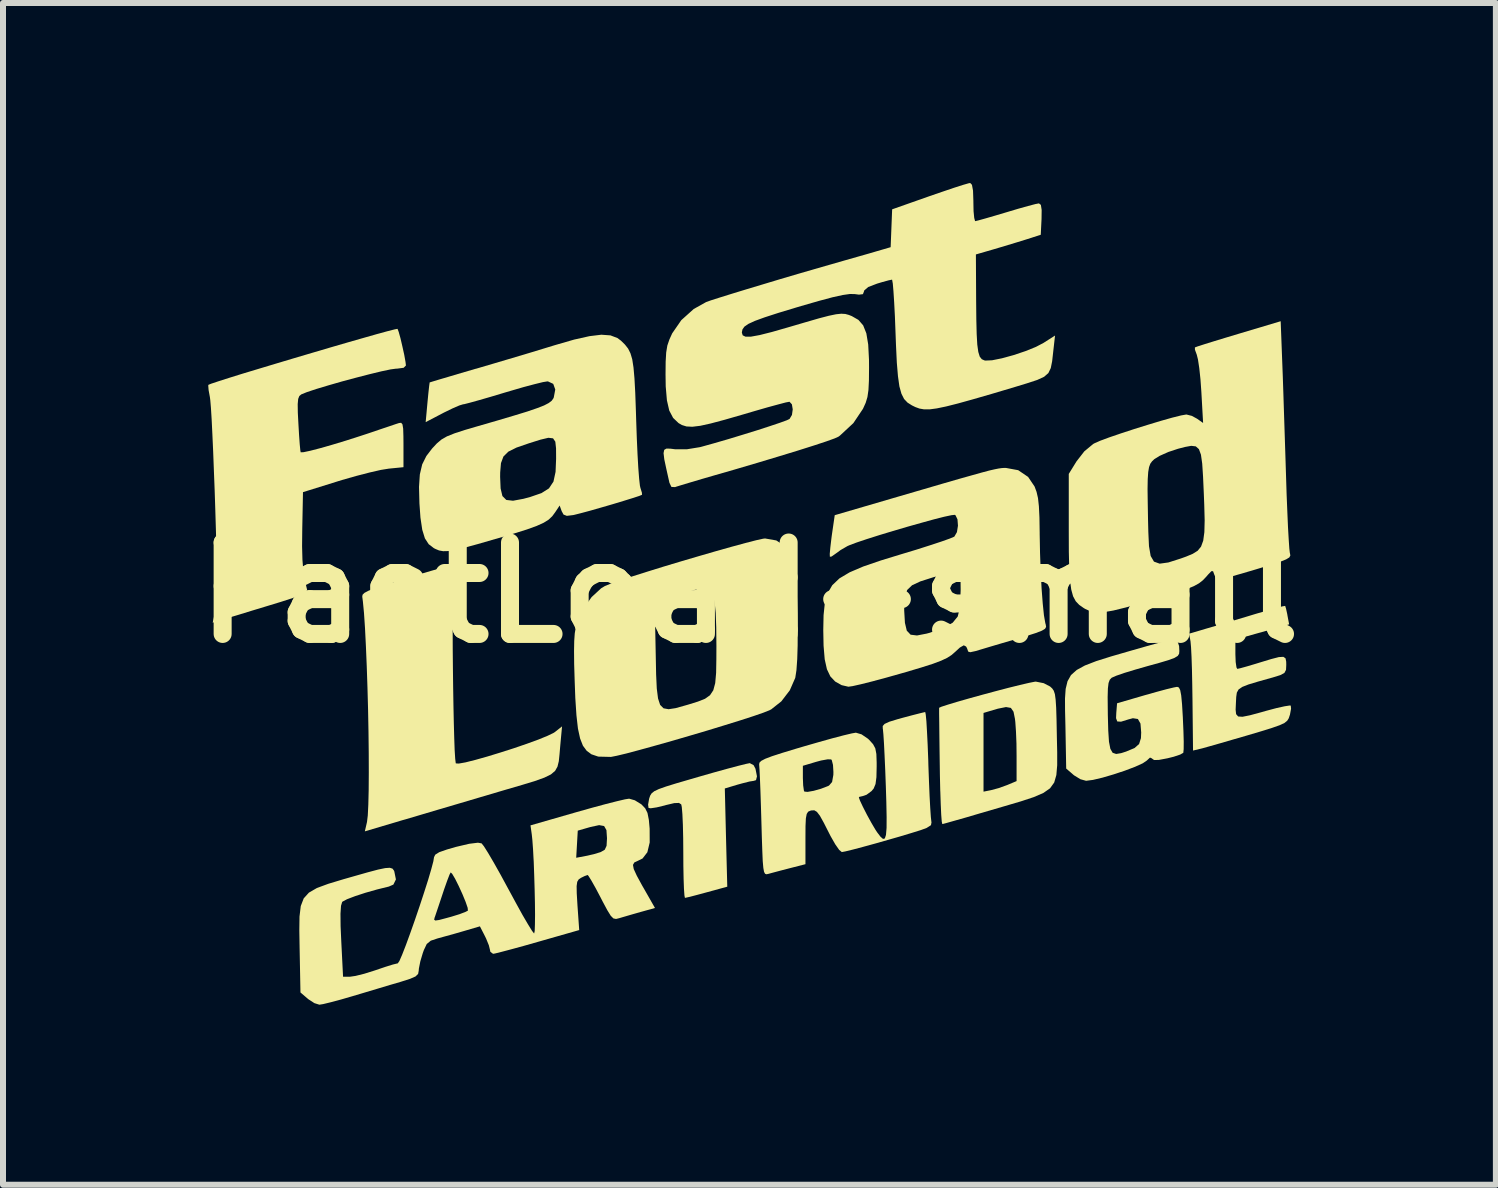
<source format=kicad_pcb>
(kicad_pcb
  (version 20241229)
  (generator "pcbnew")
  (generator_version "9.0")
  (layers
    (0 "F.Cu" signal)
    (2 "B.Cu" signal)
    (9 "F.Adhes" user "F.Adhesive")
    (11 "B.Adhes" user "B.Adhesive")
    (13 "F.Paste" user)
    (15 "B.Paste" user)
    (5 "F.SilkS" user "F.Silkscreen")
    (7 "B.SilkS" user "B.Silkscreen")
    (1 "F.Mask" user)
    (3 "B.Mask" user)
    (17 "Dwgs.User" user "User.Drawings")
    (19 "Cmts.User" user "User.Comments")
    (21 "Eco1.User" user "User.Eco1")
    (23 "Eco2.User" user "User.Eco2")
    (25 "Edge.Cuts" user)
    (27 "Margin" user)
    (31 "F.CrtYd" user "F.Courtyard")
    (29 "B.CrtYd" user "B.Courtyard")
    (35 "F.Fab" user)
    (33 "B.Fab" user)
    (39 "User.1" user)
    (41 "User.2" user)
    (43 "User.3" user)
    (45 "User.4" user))
  (footprint "FastLoad-small"
    (layer "F.Cu")
    (at 9.442 6.827)
    (property "Reference" "FastLoad-small" (at 0 0 0) (layer "F.SilkS") (effects (font (size 1.524 1.524) (thickness 0.3))))
    (attr board_only exclude_from_pos_files exclude_from_bom)
    (fp_poly (pts (xy 0.069 2.877) (xy 0.1 2.936) (xy 0.125 3.063) (xy 0.109 3.126) (xy 0.071 3.138) (xy 0.001 3.149) (xy -0.118 3.179) (xy -0.198 3.201) (xy -0.411 3.265) (xy -0.391 4.084) (xy -0.37 4.902) (xy -0.71 4.995) (xy -0.869 5.038) (xy -0.995 5.071) (xy -1.067 5.087) (xy -1.076 5.088) (xy -1.084 5.048) (xy -1.092 4.937) (xy -1.098 4.767) (xy -1.102 4.554) (xy -1.103 4.336) (xy -1.105 4.089) (xy -1.11 3.87) (xy -1.118 3.694) (xy -1.128 3.576) (xy -1.137 3.531) (xy -1.175 3.506) (xy -1.254 3.509) (xy -1.39 3.541) (xy -1.413 3.548) (xy -1.546 3.58) (xy -1.645 3.595) (xy -1.682 3.59) (xy -1.69 3.535) (xy -1.673 3.438) (xy -1.671 3.431) (xy -1.655 3.384) (xy -1.631 3.346) (xy -1.587 3.311) (xy -1.511 3.275) (xy -1.393 3.233) (xy -1.222 3.18) (xy -0.985 3.111) (xy -0.848 3.071) (xy -0.6 3) (xy -0.376 2.938) (xy -0.192 2.889) (xy -0.06 2.856) (xy 0.004 2.843) (xy 0.006 2.843)) (stroke (width 0) (type solid)) (fill yes) (layer "F.SilkS"))
    (fp_poly (pts (xy 4.904 1.51) (xy 5.01 1.565) (xy 5.046 1.598) (xy 5.072 1.636) (xy 5.091 1.694) (xy 5.103 1.785) (xy 5.112 1.921) (xy 5.118 2.115) (xy 5.123 2.381) (xy 5.123 2.387) (xy 5.129 2.662) (xy 5.129 2.877) (xy 5.115 3.041) (xy 5.079 3.166) (xy 5.01 3.262) (xy 4.9 3.339) (xy 4.741 3.408) (xy 4.523 3.48) (xy 4.238 3.564) (xy 4.091 3.607) (xy 3.837 3.681) (xy 3.61 3.748) (xy 3.423 3.801) (xy 3.289 3.839) (xy 3.22 3.857) (xy 3.214 3.858) (xy 3.205 3.818) (xy 3.196 3.705) (xy 3.188 3.531) (xy 3.181 3.318) (xy 3.901 3.318) (xy 4.026 3.293) (xy 4.153 3.259) (xy 4.292 3.209) (xy 4.302 3.205) (xy 4.452 3.142) (xy 4.452 2.722) (xy 4.45 2.515) (xy 4.442 2.316) (xy 4.431 2.157) (xy 4.425 2.105) (xy 4.401 1.986) (xy 4.357 1.922) (xy 4.276 1.908) (xy 4.141 1.935) (xy 4.065 1.957) (xy 3.901 2.006) (xy 3.901 3.318) (xy 3.181 3.318) (xy 3.18 3.307) (xy 3.174 3.047) (xy 3.172 2.894) (xy 3.168 2.618) (xy 3.165 2.371) (xy 3.163 2.167) (xy 3.161 2.017) (xy 3.161 1.934) (xy 3.161 1.92) (xy 3.201 1.902) (xy 3.309 1.867) (xy 3.468 1.819) (xy 3.664 1.763) (xy 3.881 1.703) (xy 4.104 1.643) (xy 4.318 1.587) (xy 4.508 1.54) (xy 4.658 1.505) (xy 4.753 1.486) (xy 4.773 1.484)) (stroke (width 0) (type solid)) (fill yes) (layer "F.SilkS"))
    (fp_poly (pts (xy -4.905 -0.443) (xy -4.913 -0.366) (xy -4.928 -0.307) (xy -4.935 -0.237) (xy -4.941 -0.095) (xy -4.945 0.105) (xy -4.947 0.353) (xy -4.947 0.636) (xy -4.946 0.943) (xy -4.943 1.261) (xy -4.939 1.58) (xy -4.934 1.888) (xy -4.928 2.172) (xy -4.921 2.421) (xy -4.914 2.624) (xy -4.905 2.768) (xy -4.896 2.841) (xy -4.894 2.847) (xy -4.846 2.85) (xy -4.733 2.83) (xy -4.57 2.789) (xy -4.371 2.733) (xy -4.152 2.666) (xy -3.927 2.594) (xy -3.711 2.52) (xy -3.519 2.45) (xy -3.365 2.387) (xy -3.264 2.338) (xy -3.244 2.325) (xy -3.124 2.23) (xy -3.153 2.543) (xy -3.166 2.694) (xy -3.178 2.811) (xy -3.2 2.901) (xy -3.24 2.972) (xy -3.31 3.031) (xy -3.418 3.084) (xy -3.574 3.14) (xy -3.787 3.205) (xy -4.068 3.287) (xy -4.19 3.323) (xy -4.511 3.418) (xy -4.849 3.518) (xy -5.182 3.616) (xy -5.485 3.706) (xy -5.735 3.78) (xy -5.782 3.793) (xy -6.411 3.98) (xy -6.375 3.824) (xy -6.362 3.716) (xy -6.353 3.536) (xy -6.347 3.294) (xy -6.345 3.004) (xy -6.346 2.676) (xy -6.35 2.323) (xy -6.357 1.957) (xy -6.367 1.589) (xy -6.379 1.232) (xy -6.393 0.897) (xy -6.408 0.596) (xy -6.425 0.341) (xy -6.444 0.144) (xy -6.454 0.068) (xy -6.449 0.036) (xy -6.418 0.005) (xy -6.35 -0.031) (xy -6.235 -0.076) (xy -6.062 -0.134) (xy -5.821 -0.208) (xy -5.725 -0.238) (xy -5.485 -0.31) (xy -5.272 -0.372) (xy -5.1 -0.422) (xy -4.982 -0.454) (xy -4.933 -0.465)) (stroke (width 0) (type solid)) (fill yes) (layer "F.SilkS"))
    (fp_poly (pts (xy 8.929 0.222) (xy 8.943 0.267) (xy 8.964 0.362) (xy 8.967 0.382) (xy 8.995 0.53) (xy 8.547 0.656) (xy 8.099 0.782) (xy 8.099 1.027) (xy 8.104 1.158) (xy 8.117 1.247) (xy 8.131 1.272) (xy 8.184 1.26) (xy 8.296 1.229) (xy 8.447 1.184) (xy 8.502 1.167) (xy 8.696 1.108) (xy 8.824 1.075) (xy 8.899 1.071) (xy 8.935 1.096) (xy 8.946 1.152) (xy 8.947 1.206) (xy 8.943 1.288) (xy 8.916 1.339) (xy 8.847 1.376) (xy 8.718 1.416) (xy 8.703 1.42) (xy 8.475 1.484) (xy 8.316 1.532) (xy 8.212 1.573) (xy 8.152 1.615) (xy 8.123 1.668) (xy 8.113 1.74) (xy 8.108 1.837) (xy 8.103 1.952) (xy 8.111 2.026) (xy 8.145 2.065) (xy 8.217 2.07) (xy 8.342 2.045) (xy 8.531 1.994) (xy 8.615 1.97) (xy 8.784 1.925) (xy 8.92 1.895) (xy 9.005 1.882) (xy 9.022 1.884) (xy 9.027 1.936) (xy 9.009 2.033) (xy 9.005 2.045) (xy 8.988 2.096) (xy 8.962 2.137) (xy 8.916 2.174) (xy 8.836 2.211) (xy 8.711 2.255) (xy 8.528 2.312) (xy 8.289 2.383) (xy 8.054 2.451) (xy 7.841 2.513) (xy 7.665 2.563) (xy 7.544 2.597) (xy 7.502 2.607) (xy 7.393 2.633) (xy 7.384 1.793) (xy 7.38 1.526) (xy 7.375 1.279) (xy 7.368 1.07) (xy 7.36 0.912) (xy 7.352 0.823) (xy 7.352 0.819) (xy 7.328 0.685) (xy 7.639 0.593) (xy 7.813 0.542) (xy 8.035 0.476) (xy 8.273 0.405) (xy 8.434 0.356) (xy 8.623 0.301) (xy 8.779 0.257) (xy 8.886 0.229) (xy 8.929 0.222)) (stroke (width 0) (type solid)) (fill yes) (layer "F.SilkS"))
    (fp_poly (pts (xy 7.14 0.827) (xy 7.161 0.892) (xy 7.165 0.975) (xy 7.161 1.02) (xy 7.138 1.056) (xy 7.083 1.089) (xy 6.983 1.126) (xy 6.825 1.173) (xy 6.636 1.225) (xy 6.43 1.284) (xy 6.249 1.339) (xy 6.113 1.386) (xy 6.038 1.419) (xy 6.034 1.422) (xy 6.005 1.453) (xy 5.985 1.507) (xy 5.974 1.598) (xy 5.97 1.739) (xy 5.972 1.946) (xy 5.973 2.041) (xy 5.98 2.3) (xy 5.992 2.485) (xy 6.015 2.604) (xy 6.053 2.67) (xy 6.112 2.69) (xy 6.196 2.676) (xy 6.277 2.65) (xy 6.418 2.591) (xy 6.494 2.524) (xy 6.525 2.426) (xy 6.529 2.332) (xy 6.517 2.183) (xy 6.474 2.107) (xy 6.391 2.094) (xy 6.316 2.114) (xy 6.193 2.152) (xy 6.13 2.148) (xy 6.11 2.093) (xy 6.114 2.004) (xy 6.127 1.845) (xy 6.594 1.709) (xy 6.786 1.655) (xy 6.953 1.61) (xy 7.074 1.581) (xy 7.128 1.571) (xy 7.157 1.582) (xy 7.179 1.625) (xy 7.196 1.714) (xy 7.21 1.861) (xy 7.223 2.078) (xy 7.224 2.102) (xy 7.233 2.307) (xy 7.238 2.482) (xy 7.237 2.609) (xy 7.231 2.67) (xy 7.23 2.671) (xy 7.179 2.7) (xy 7.071 2.736) (xy 6.967 2.762) (xy 6.824 2.789) (xy 6.744 2.791) (xy 6.711 2.768) (xy 6.71 2.765) (xy 6.676 2.75) (xy 6.622 2.8) (xy 6.554 2.846) (xy 6.426 2.904) (xy 6.257 2.968) (xy 6.07 3.03) (xy 5.886 3.084) (xy 5.726 3.122) (xy 5.612 3.137) (xy 5.61 3.137) (xy 5.516 3.111) (xy 5.41 3.046) (xy 5.398 3.036) (xy 5.279 2.933) (xy 5.266 2.215) (xy 5.26 1.967) (xy 5.259 1.766) (xy 5.27 1.606) (xy 5.301 1.478) (xy 5.359 1.375) (xy 5.454 1.29) (xy 5.591 1.215) (xy 5.78 1.142) (xy 6.028 1.064) (xy 6.342 0.973) (xy 6.632 0.89) (xy 6.848 0.83) (xy 6.997 0.798) (xy 7.09 0.797)) (stroke (width 0) (type solid)) (fill yes) (layer "F.SilkS"))
    (fp_poly (pts (xy 0.447 -0.869) (xy 0.609 -0.763) (xy 0.721 -0.611) (xy 0.744 -0.523) (xy 0.764 -0.366) (xy 0.781 -0.157) (xy 0.793 0.088) (xy 0.801 0.354) (xy 0.804 0.623) (xy 0.803 0.88) (xy 0.796 1.109) (xy 0.783 1.293) (xy 0.764 1.416) (xy 0.762 1.424) (xy 0.672 1.629) (xy 0.531 1.813) (xy 0.363 1.946) (xy 0.33 1.963) (xy 0.231 2.002) (xy 0.066 2.059) (xy -0.153 2.13) (xy -0.411 2.21) (xy -0.695 2.297) (xy -0.993 2.385) (xy -1.291 2.472) (xy -1.575 2.552) (xy -1.832 2.623) (xy -2.049 2.681) (xy -2.212 2.72) (xy -2.308 2.739) (xy -2.311 2.739) (xy -2.52 2.734) (xy -2.635 2.695) (xy -2.714 2.636) (xy -2.776 2.552) (xy -2.823 2.432) (xy -2.859 2.267) (xy -2.884 2.046) (xy -2.903 1.758) (xy -2.913 1.486) (xy -2.922 1.194) (xy -2.924 0.972) (xy -2.921 0.805) (xy -2.912 0.679) (xy -2.895 0.578) (xy -2.87 0.489) (xy -2.868 0.485) (xy -2.784 0.301) (xy -1.577 0.301) (xy -1.562 1.056) (xy -1.556 1.366) (xy -1.545 1.599) (xy -1.524 1.765) (xy -1.489 1.872) (xy -1.432 1.929) (xy -1.348 1.944) (xy -1.231 1.926) (xy -1.077 1.883) (xy -1.021 1.867) (xy -0.86 1.817) (xy -0.741 1.77) (xy -0.658 1.711) (xy -0.603 1.628) (xy -0.571 1.509) (xy -0.556 1.339) (xy -0.552 1.107) (xy -0.551 0.892) (xy -0.554 0.578) (xy -0.563 0.339) (xy -0.58 0.165) (xy -0.606 0.046) (xy -0.643 -0.028) (xy -0.692 -0.067) (xy -0.698 -0.069) (xy -0.784 -0.071) (xy -0.921 -0.043) (xy -1.083 0.006) (xy -1.245 0.068) (xy -1.384 0.134) (xy -1.472 0.196) (xy -1.577 0.301) (xy -2.784 0.301) (xy -2.769 0.269) (xy -2.631 0.075) (xy -2.473 -0.071) (xy -2.41 -0.109) (xy -2.323 -0.145) (xy -2.169 -0.199) (xy -1.962 -0.267) (xy -1.712 -0.346) (xy -1.435 -0.432) (xy -1.142 -0.52) (xy -0.846 -0.607) (xy -0.56 -0.69) (xy -0.297 -0.764) (xy -0.069 -0.826) (xy 0.11 -0.872) (xy 0.227 -0.898) (xy 0.26 -0.902)) (stroke (width 0) (type solid)) (fill yes) (layer "F.SilkS"))
    (fp_poly (pts (xy -5.866 -4.396) (xy -5.847 -4.346) (xy -5.817 -4.239) (xy -5.785 -4.102) (xy -5.754 -3.962) (xy -5.733 -3.844) (xy -5.726 -3.785) (xy -5.764 -3.747) (xy -5.876 -3.732) (xy -5.893 -3.732) (xy -5.982 -3.72) (xy -6.134 -3.688) (xy -6.332 -3.64) (xy -6.557 -3.582) (xy -6.792 -3.519) (xy -7.018 -3.454) (xy -7.218 -3.394) (xy -7.375 -3.342) (xy -7.469 -3.304) (xy -7.471 -3.303) (xy -7.503 -3.276) (xy -7.522 -3.228) (xy -7.53 -3.141) (xy -7.528 -3) (xy -7.518 -2.809) (xy -7.507 -2.622) (xy -7.496 -2.469) (xy -7.486 -2.368) (xy -7.48 -2.338) (xy -7.433 -2.34) (xy -7.32 -2.364) (xy -7.154 -2.407) (xy -6.951 -2.465) (xy -6.723 -2.534) (xy -6.486 -2.61) (xy -6.361 -2.651) (xy -6.173 -2.715) (xy -6.009 -2.77) (xy -5.891 -2.81) (xy -5.841 -2.826) (xy -5.806 -2.83) (xy -5.784 -2.804) (xy -5.772 -2.732) (xy -5.768 -2.601) (xy -5.767 -2.47) (xy -5.767 -2.09) (xy -6.011 -2.066) (xy -6.142 -2.045) (xy -6.33 -2.002) (xy -6.554 -1.944) (xy -6.789 -1.877) (xy -6.848 -1.859) (xy -7.442 -1.674) (xy -7.454 -1.06) (xy -7.457 -0.772) (xy -7.451 -0.546) (xy -7.436 -0.361) (xy -7.409 -0.196) (xy -7.373 -0.045) (xy -7.39 -0.009) (xy -7.464 0.034) (xy -7.604 0.088) (xy -7.817 0.157) (xy -7.824 0.159) (xy -8.054 0.229) (xy -8.295 0.302) (xy -8.512 0.369) (xy -8.619 0.401) (xy -8.947 0.502) (xy -8.922 0.389) (xy -8.897 0.281) (xy -8.879 0.216) (xy -8.874 0.154) (xy -8.872 0.018) (xy -8.874 -0.179) (xy -8.878 -0.428) (xy -8.885 -0.716) (xy -8.893 -1.031) (xy -8.903 -1.364) (xy -8.914 -1.702) (xy -8.927 -2.034) (xy -8.939 -2.349) (xy -8.952 -2.635) (xy -8.964 -2.881) (xy -8.976 -3.076) (xy -8.987 -3.208) (xy -8.994 -3.26) (xy -9.015 -3.375) (xy -9.021 -3.45) (xy -9.018 -3.463) (xy -8.971 -3.482) (xy -8.854 -3.521) (xy -8.679 -3.577) (xy -8.455 -3.647) (xy -8.193 -3.726) (xy -7.904 -3.813) (xy -7.6 -3.904) (xy -7.289 -3.996) (xy -6.984 -4.086) (xy -6.695 -4.17) (xy -6.433 -4.245) (xy -6.208 -4.309) (xy -6.032 -4.357) (xy -5.914 -4.387) (xy -5.867 -4.396)) (stroke (width 0) (type solid)) (fill yes) (layer "F.SilkS"))
    (fp_poly (pts (xy 8.88 -3.841) (xy 8.889 -3.608) (xy 8.899 -3.311) (xy 8.91 -2.969) (xy 8.922 -2.604) (xy 8.934 -2.235) (xy 8.943 -1.951) (xy 8.953 -1.635) (xy 8.965 -1.344) (xy 8.976 -1.089) (xy 8.988 -0.882) (xy 8.998 -0.735) (xy 9.007 -0.659) (xy 9.009 -0.654) (xy 9.015 -0.618) (xy 8.998 -0.586) (xy 8.946 -0.554) (xy 8.849 -0.515) (xy 8.695 -0.464) (xy 8.471 -0.396) (xy 8.448 -0.389) (xy 8.235 -0.326) (xy 8.05 -0.273) (xy 7.909 -0.234) (xy 7.827 -0.214) (xy 7.814 -0.212) (xy 7.77 -0.248) (xy 7.746 -0.303) (xy 7.727 -0.356) (xy 7.699 -0.357) (xy 7.643 -0.299) (xy 7.613 -0.264) (xy 7.558 -0.206) (xy 7.493 -0.155) (xy 7.406 -0.107) (xy 7.284 -0.057) (xy 7.117 0.001) (xy 6.892 0.07) (xy 6.599 0.156) (xy 6.556 0.169) (xy 6.277 0.247) (xy 6.065 0.299) (xy 5.905 0.327) (xy 5.783 0.331) (xy 5.686 0.313) (xy 5.599 0.274) (xy 5.573 0.259) (xy 5.497 0.206) (xy 5.438 0.144) (xy 5.394 0.062) (xy 5.363 -0.051) (xy 5.342 -0.206) (xy 5.329 -0.413) (xy 5.323 -0.682) (xy 5.322 -1.026) (xy 5.322 -1.042) (xy 5.322 -1.725) (xy 6.635 -1.725) (xy 6.638 -1.502) (xy 6.643 -1.21) (xy 6.648 -1.01) (xy 6.659 -0.773) (xy 6.687 -0.61) (xy 6.742 -0.516) (xy 6.837 -0.482) (xy 6.982 -0.502) (xy 7.189 -0.568) (xy 7.278 -0.6) (xy 7.388 -0.646) (xy 7.47 -0.697) (xy 7.527 -0.767) (xy 7.563 -0.866) (xy 7.582 -1.008) (xy 7.587 -1.204) (xy 7.58 -1.466) (xy 7.573 -1.646) (xy 7.56 -1.935) (xy 7.546 -2.15) (xy 7.525 -2.299) (xy 7.491 -2.391) (xy 7.439 -2.437) (xy 7.363 -2.446) (xy 7.259 -2.427) (xy 7.143 -2.397) (xy 6.98 -2.343) (xy 6.835 -2.278) (xy 6.748 -2.224) (xy 6.71 -2.188) (xy 6.681 -2.148) (xy 6.66 -2.091) (xy 6.646 -2.009) (xy 6.638 -1.891) (xy 6.635 -1.725) (xy 5.322 -1.725) (xy 5.322 -1.978) (xy 5.451 -2.187) (xy 5.581 -2.354) (xy 5.729 -2.477) (xy 5.747 -2.487) (xy 5.841 -2.529) (xy 5.994 -2.586) (xy 6.19 -2.653) (xy 6.41 -2.725) (xy 6.638 -2.796) (xy 6.856 -2.862) (xy 7.047 -2.916) (xy 7.195 -2.953) (xy 7.28 -2.968) (xy 7.284 -2.968) (xy 7.374 -2.945) (xy 7.46 -2.898) (xy 7.561 -2.827) (xy 7.532 -3.343) (xy 7.517 -3.554) (xy 7.497 -3.742) (xy 7.475 -3.887) (xy 7.455 -3.966) (xy 7.425 -4.048) (xy 7.424 -4.086) (xy 7.469 -4.103) (xy 7.581 -4.139) (xy 7.748 -4.191) (xy 7.955 -4.254) (xy 8.148 -4.312) (xy 8.854 -4.523)) (stroke (width 0) (type solid)) (fill yes) (layer "F.SilkS"))
    (fp_poly (pts (xy 4.479 -2.04) (xy 4.644 -1.928) (xy 4.752 -1.768) (xy 4.785 -1.679) (xy 4.809 -1.575) (xy 4.824 -1.439) (xy 4.833 -1.253) (xy 4.837 -1) (xy 4.837 -0.975) (xy 4.843 -0.659) (xy 4.854 -0.351) (xy 4.869 -0.066) (xy 4.888 0.182) (xy 4.908 0.378) (xy 4.931 0.509) (xy 4.938 0.533) (xy 4.944 0.571) (xy 4.927 0.603) (xy 4.874 0.635) (xy 4.773 0.674) (xy 4.613 0.725) (xy 4.424 0.781) (xy 4.211 0.843) (xy 4.018 0.9) (xy 3.865 0.946) (xy 3.771 0.974) (xy 3.763 0.976) (xy 3.68 0.994) (xy 3.646 0.984) (xy 3.625 0.925) (xy 3.61 0.899) (xy 3.572 0.879) (xy 3.507 0.916) (xy 3.431 0.986) (xy 3.369 1.04) (xy 3.295 1.088) (xy 3.195 1.135) (xy 3.057 1.187) (xy 2.866 1.248) (xy 2.611 1.324) (xy 2.523 1.349) (xy 2.275 1.419) (xy 2.048 1.48) (xy 1.857 1.528) (xy 1.719 1.559) (xy 1.649 1.569) (xy 1.536 1.543) (xy 1.428 1.482) (xy 1.348 1.397) (xy 1.291 1.278) (xy 1.254 1.112) (xy 1.235 0.886) (xy 1.23 0.624) (xy 1.235 0.377) (xy 1.251 0.222) (xy 2.579 0.222) (xy 2.579 0.299) (xy 2.591 0.504) (xy 2.622 0.635) (xy 2.686 0.702) (xy 2.792 0.715) (xy 2.952 0.684) (xy 2.989 0.674) (xy 3.228 0.594) (xy 3.387 0.502) (xy 3.471 0.399) (xy 3.494 0.306) (xy 3.511 0.158) (xy 3.519 -0.016) (xy 3.52 -0.047) (xy 3.518 -0.216) (xy 3.51 -0.316) (xy 3.492 -0.362) (xy 3.461 -0.369) (xy 3.445 -0.366) (xy 3.37 -0.344) (xy 3.24 -0.306) (xy 3.08 -0.26) (xy 3.053 -0.252) (xy 2.847 -0.186) (xy 2.71 -0.122) (xy 2.628 -0.043) (xy 2.589 0.066) (xy 2.579 0.222) (xy 1.251 0.222) (xy 1.256 0.176) (xy 1.302 0.012) (xy 1.38 -0.123) (xy 1.5 -0.237) (xy 1.67 -0.338) (xy 1.897 -0.435) (xy 2.192 -0.536) (xy 2.525 -0.638) (xy 2.78 -0.715) (xy 3.009 -0.788) (xy 3.2 -0.851) (xy 3.338 -0.9) (xy 3.411 -0.931) (xy 3.416 -0.935) (xy 3.458 -1.008) (xy 3.475 -1.115) (xy 3.467 -1.221) (xy 3.434 -1.289) (xy 3.422 -1.296) (xy 3.367 -1.29) (xy 3.245 -1.264) (xy 3.072 -1.22) (xy 2.862 -1.162) (xy 2.631 -1.097) (xy 2.393 -1.027) (xy 2.162 -0.957) (xy 1.954 -0.891) (xy 1.784 -0.834) (xy 1.665 -0.789) (xy 1.633 -0.775) (xy 1.519 -0.709) (xy 1.431 -0.645) (xy 1.368 -0.601) (xy 1.34 -0.597) (xy 1.338 -0.645) (xy 1.348 -0.754) (xy 1.366 -0.906) (xy 1.372 -0.952) (xy 1.421 -1.29) (xy 2.481 -1.6) (xy 2.889 -1.719) (xy 3.224 -1.817) (xy 3.494 -1.895) (xy 3.708 -1.955) (xy 3.872 -2.001) (xy 3.996 -2.034) (xy 4.087 -2.055) (xy 4.153 -2.068) (xy 4.204 -2.075) (xy 4.246 -2.078) (xy 4.273 -2.078)) (stroke (width 0) (type solid)) (fill yes) (layer "F.SilkS"))
    (fp_poly (pts (xy 2.938 2.033) (xy 2.949 2.146) (xy 2.959 2.319) (xy 2.97 2.539) (xy 2.98 2.794) (xy 2.982 2.879) (xy 2.992 3.148) (xy 3.002 3.39) (xy 3.013 3.592) (xy 3.023 3.74) (xy 3.032 3.82) (xy 3.034 3.829) (xy 3.025 3.877) (xy 2.951 3.924) (xy 2.855 3.959) (xy 2.704 4.006) (xy 2.515 4.063) (xy 2.306 4.123) (xy 2.092 4.184) (xy 1.891 4.239) (xy 1.721 4.284) (xy 1.598 4.314) (xy 1.539 4.325) (xy 1.496 4.29) (xy 1.43 4.196) (xy 1.353 4.061) (xy 1.331 4.018) (xy 1.239 3.837) (xy 1.174 3.72) (xy 1.124 3.655) (xy 1.081 3.629) (xy 1.033 3.631) (xy 1.016 3.635) (xy 0.978 3.652) (xy 0.954 3.69) (xy 0.94 3.764) (xy 0.934 3.891) (xy 0.933 4.086) (xy 0.933 4.092) (xy 0.933 4.527) (xy 0.668 4.595) (xy 0.514 4.635) (xy 0.383 4.67) (xy 0.313 4.689) (xy 0.283 4.695) (xy 0.26 4.687) (xy 0.243 4.655) (xy 0.231 4.589) (xy 0.221 4.477) (xy 0.214 4.31) (xy 0.206 4.078) (xy 0.199 3.83) (xy 0.191 3.561) (xy 0.183 3.317) (xy 0.175 3.112) (xy 0.174 3.09) (xy 0.89 3.09) (xy 0.895 3.214) (xy 0.907 3.299) (xy 0.915 3.317) (xy 0.968 3.322) (xy 1.07 3.304) (xy 1.191 3.27) (xy 1.301 3.228) (xy 1.325 3.217) (xy 1.377 3.157) (xy 1.398 3.039) (xy 1.399 2.99) (xy 1.392 2.872) (xy 1.372 2.794) (xy 1.362 2.781) (xy 1.304 2.779) (xy 1.193 2.799) (xy 1.108 2.822) (xy 0.89 2.887) (xy 0.89 3.09) (xy 0.174 3.09) (xy 0.168 2.96) (xy 0.162 2.876) (xy 0.161 2.867) (xy 0.166 2.835) (xy 0.196 2.805) (xy 0.263 2.77) (xy 0.376 2.727) (xy 0.546 2.672) (xy 0.783 2.6) (xy 0.912 2.562) (xy 1.159 2.491) (xy 1.384 2.428) (xy 1.571 2.379) (xy 1.706 2.347) (xy 1.774 2.335) (xy 1.868 2.363) (xy 1.975 2.436) (xy 1.996 2.456) (xy 2.06 2.527) (xy 2.097 2.596) (xy 2.115 2.69) (xy 2.12 2.835) (xy 2.12 2.901) (xy 2.116 3.077) (xy 2.101 3.191) (xy 2.07 3.266) (xy 2.035 3.308) (xy 1.951 3.37) (xy 1.887 3.392) (xy 1.83 3.405) (xy 1.823 3.415) (xy 1.843 3.47) (xy 1.892 3.574) (xy 1.959 3.705) (xy 2.032 3.838) (xy 2.098 3.95) (xy 2.129 3.997) (xy 2.184 4.069) (xy 2.226 4.106) (xy 2.256 4.098) (xy 2.275 4.04) (xy 2.285 3.923) (xy 2.286 3.742) (xy 2.281 3.489) (xy 2.273 3.233) (xy 2.263 2.964) (xy 2.252 2.719) (xy 2.242 2.514) (xy 2.232 2.362) (xy 2.224 2.277) (xy 2.222 2.268) (xy 2.221 2.224) (xy 2.252 2.189) (xy 2.33 2.153) (xy 2.47 2.11) (xy 2.553 2.087) (xy 2.715 2.044) (xy 2.844 2.011) (xy 2.919 1.993) (xy 2.93 1.992)) (stroke (width 0) (type solid)) (fill yes) (layer "F.SilkS"))
    (fp_poly (pts (xy -2.317 -4.287) (xy -2.201 -4.243) (xy -2.141 -4.198) (xy -2.075 -4.133) (xy -2.023 -4.067) (xy -1.984 -3.989) (xy -1.954 -3.888) (xy -1.933 -3.752) (xy -1.917 -3.571) (xy -1.904 -3.332) (xy -1.893 -3.025) (xy -1.888 -2.865) (xy -1.878 -2.575) (xy -1.866 -2.308) (xy -1.853 -2.078) (xy -1.839 -1.898) (xy -1.826 -1.781) (xy -1.818 -1.746) (xy -1.793 -1.665) (xy -1.791 -1.63) (xy -1.837 -1.611) (xy -1.947 -1.575) (xy -2.102 -1.527) (xy -2.284 -1.472) (xy -2.474 -1.417) (xy -2.655 -1.365) (xy -2.808 -1.324) (xy -2.915 -1.297) (xy -2.937 -1.292) (xy -3.044 -1.279) (xy -3.099 -1.3) (xy -3.13 -1.357) (xy -3.164 -1.451) (xy -3.237 -1.341) (xy -3.287 -1.273) (xy -3.347 -1.216) (xy -3.43 -1.164) (xy -3.547 -1.111) (xy -3.71 -1.052) (xy -3.93 -0.983) (xy -4.22 -0.897) (xy -4.237 -0.893) (xy -4.523 -0.81) (xy -4.74 -0.751) (xy -4.902 -0.712) (xy -5.019 -0.692) (xy -5.106 -0.69) (xy -5.174 -0.702) (xy -5.236 -0.728) (xy -5.261 -0.741) (xy -5.347 -0.807) (xy -5.41 -0.904) (xy -5.454 -1.047) (xy -5.484 -1.249) (xy -5.501 -1.486) (xy -5.508 -1.76) (xy -5.497 -1.931) (xy -4.156 -1.931) (xy -4.148 -1.736) (xy -4.118 -1.609) (xy -4.053 -1.544) (xy -3.941 -1.531) (xy -3.768 -1.563) (xy -3.653 -1.594) (xy -3.467 -1.658) (xy -3.342 -1.737) (xy -3.267 -1.85) (xy -3.232 -2.012) (xy -3.223 -2.229) (xy -3.224 -2.404) (xy -3.236 -2.515) (xy -3.274 -2.571) (xy -3.352 -2.58) (xy -3.483 -2.549) (xy -3.677 -2.488) (xy -3.883 -2.417) (xy -4.019 -2.349) (xy -4.101 -2.268) (xy -4.142 -2.158) (xy -4.155 -2.003) (xy -4.156 -1.931) (xy -5.497 -1.931) (xy -5.494 -1.971) (xy -5.455 -2.137) (xy -5.385 -2.277) (xy -5.29 -2.401) (xy -5.211 -2.486) (xy -5.134 -2.551) (xy -5.042 -2.604) (xy -4.917 -2.654) (xy -4.742 -2.711) (xy -4.561 -2.764) (xy -4.205 -2.867) (xy -3.922 -2.951) (xy -3.703 -3.018) (xy -3.54 -3.074) (xy -3.424 -3.119) (xy -3.347 -3.159) (xy -3.298 -3.196) (xy -3.271 -3.233) (xy -3.262 -3.252) (xy -3.237 -3.385) (xy -3.271 -3.479) (xy -3.357 -3.519) (xy -3.369 -3.52) (xy -3.443 -3.508) (xy -3.581 -3.474) (xy -3.766 -3.425) (xy -3.982 -3.362) (xy -4.094 -3.329) (xy -4.314 -3.263) (xy -4.508 -3.207) (xy -4.659 -3.165) (xy -4.753 -3.141) (xy -4.774 -3.138) (xy -4.836 -3.119) (xy -4.949 -3.07) (xy -5.091 -3.001) (xy -5.112 -2.99) (xy -5.397 -2.841) (xy -5.367 -3.169) (xy -5.352 -3.324) (xy -5.339 -3.442) (xy -5.331 -3.5) (xy -5.33 -3.503) (xy -5.288 -3.516) (xy -5.179 -3.549) (xy -5.013 -3.598) (xy -4.804 -3.66) (xy -4.565 -3.73) (xy -4.558 -3.731) (xy -4.266 -3.817) (xy -3.952 -3.91) (xy -3.647 -4.001) (xy -3.378 -4.083) (xy -3.244 -4.124) (xy -2.922 -4.217) (xy -2.667 -4.274) (xy -2.469 -4.298)) (stroke (width 0) (type solid)) (fill yes) (layer "F.SilkS"))
    (fp_poly (pts (xy 3.708 -6.797) (xy 3.726 -6.7) (xy 3.732 -6.528) (xy 3.732 -6.509) (xy 3.735 -6.357) (xy 3.746 -6.245) (xy 3.76 -6.193) (xy 3.763 -6.191) (xy 3.814 -6.203) (xy 3.929 -6.235) (xy 4.091 -6.282) (xy 4.283 -6.339) (xy 4.283 -6.339) (xy 4.477 -6.397) (xy 4.645 -6.444) (xy 4.767 -6.476) (xy 4.825 -6.487) (xy 4.857 -6.462) (xy 4.87 -6.378) (xy 4.868 -6.226) (xy 4.855 -5.964) (xy 4.622 -5.889) (xy 4.457 -5.838) (xy 4.256 -5.777) (xy 4.081 -5.725) (xy 3.774 -5.636) (xy 3.778 -4.864) (xy 3.781 -4.549) (xy 3.787 -4.309) (xy 3.797 -4.133) (xy 3.814 -4.011) (xy 3.838 -3.933) (xy 3.872 -3.89) (xy 3.916 -3.87) (xy 3.933 -3.867) (xy 4.044 -3.872) (xy 4.208 -3.905) (xy 4.401 -3.958) (xy 4.598 -4.024) (xy 4.774 -4.095) (xy 4.898 -4.16) (xy 5.093 -4.284) (xy 5.063 -4.018) (xy 5.045 -3.857) (xy 5.022 -3.742) (xy 4.982 -3.659) (xy 4.911 -3.597) (xy 4.796 -3.544) (xy 4.625 -3.488) (xy 4.428 -3.428) (xy 4.042 -3.313) (xy 3.727 -3.222) (xy 3.475 -3.152) (xy 3.277 -3.102) (xy 3.123 -3.07) (xy 3.004 -3.054) (xy 2.91 -3.054) (xy 2.834 -3.067) (xy 2.765 -3.092) (xy 2.708 -3.12) (xy 2.635 -3.166) (xy 2.577 -3.227) (xy 2.533 -3.314) (xy 2.499 -3.436) (xy 2.475 -3.606) (xy 2.456 -3.832) (xy 2.442 -4.127) (xy 2.434 -4.34) (xy 2.424 -4.602) (xy 2.412 -4.833) (xy 2.4 -5.02) (xy 2.389 -5.15) (xy 2.378 -5.212) (xy 2.376 -5.216) (xy 2.322 -5.205) (xy 2.215 -5.176) (xy 2.128 -5.15) (xy 1.979 -5.093) (xy 1.912 -5.035) (xy 1.908 -5.018) (xy 1.891 -4.974) (xy 1.825 -4.966) (xy 1.757 -4.975) (xy 1.676 -4.977) (xy 1.556 -4.96) (xy 1.387 -4.923) (xy 1.159 -4.862) (xy 0.864 -4.777) (xy 0.776 -4.751) (xy 0.479 -4.661) (xy 0.254 -4.588) (xy 0.092 -4.529) (xy -0.017 -4.479) (xy -0.084 -4.433) (xy -0.117 -4.386) (xy -0.127 -4.336) (xy -0.127 -4.334) (xy -0.113 -4.288) (xy -0.066 -4.265) (xy 0.026 -4.266) (xy 0.169 -4.292) (xy 0.375 -4.344) (xy 0.647 -4.422) (xy 0.937 -4.507) (xy 1.158 -4.571) (xy 1.323 -4.614) (xy 1.443 -4.639) (xy 1.53 -4.648) (xy 1.597 -4.644) (xy 1.656 -4.628) (xy 1.706 -4.608) (xy 1.816 -4.545) (xy 1.895 -4.454) (xy 1.948 -4.321) (xy 1.979 -4.135) (xy 1.992 -3.883) (xy 1.993 -3.756) (xy 1.991 -3.534) (xy 1.983 -3.376) (xy 1.966 -3.259) (xy 1.937 -3.163) (xy 1.893 -3.066) (xy 1.891 -3.062) (xy 1.732 -2.825) (xy 1.508 -2.617) (xy 1.484 -2.599) (xy 1.42 -2.57) (xy 1.281 -2.52) (xy 1.075 -2.452) (xy 0.81 -2.368) (xy 0.492 -2.271) (xy 0.13 -2.162) (xy -0.271 -2.044) (xy -0.574 -1.957) (xy -0.791 -1.894) (xy -0.983 -1.837) (xy -1.133 -1.792) (xy -1.224 -1.764) (xy -1.24 -1.758) (xy -1.301 -1.761) (xy -1.334 -1.83) (xy -1.386 -2.062) (xy -1.42 -2.222) (xy -1.432 -2.324) (xy -1.421 -2.379) (xy -1.385 -2.4) (xy -1.321 -2.399) (xy -1.24 -2.389) (xy -1.041 -2.389) (xy -0.826 -2.424) (xy -0.806 -2.429) (xy -0.587 -2.49) (xy -0.349 -2.559) (xy -0.106 -2.633) (xy 0.127 -2.705) (xy 0.336 -2.773) (xy 0.506 -2.83) (xy 0.622 -2.872) (xy 0.668 -2.894) (xy 0.708 -2.961) (xy 0.721 -3.054) (xy 0.707 -3.138) (xy 0.668 -3.18) (xy 0.662 -3.18) (xy 0.604 -3.169) (xy 0.479 -3.136) (xy 0.302 -3.088) (xy 0.087 -3.026) (xy -0.11 -2.968) (xy -0.412 -2.881) (xy -0.644 -2.819) (xy -0.82 -2.78) (xy -0.952 -2.764) (xy -1.05 -2.769) (xy -1.127 -2.793) (xy -1.182 -2.825) (xy -1.273 -2.912) (xy -1.337 -3.034) (xy -1.376 -3.204) (xy -1.396 -3.436) (xy -1.399 -3.637) (xy -1.397 -3.85) (xy -1.388 -4.003) (xy -1.369 -4.118) (xy -1.334 -4.22) (xy -1.288 -4.321) (xy -1.136 -4.541) (xy -0.929 -4.727) (xy -0.721 -4.843) (xy -0.642 -4.871) (xy -0.495 -4.918) (xy -0.293 -4.981) (xy -0.048 -5.056) (xy 0.225 -5.138) (xy 0.514 -5.225) (xy 0.806 -5.311) (xy 1.088 -5.393) (xy 1.346 -5.467) (xy 1.357 -5.47) (xy 1.579 -5.534) (xy 1.8 -5.597) (xy 1.99 -5.651) (xy 2.099 -5.683) (xy 2.353 -5.757) (xy 2.378 -6.388) (xy 3.002 -6.608) (xy 3.22 -6.683) (xy 3.412 -6.748) (xy 3.562 -6.796) (xy 3.656 -6.823) (xy 3.679 -6.827)) (stroke (width 0) (type solid)) (fill yes) (layer "F.SilkS"))
    (fp_poly (pts (xy -1.911 3.462) (xy -1.806 3.527) (xy -1.799 3.532) (xy -1.738 3.596) (xy -1.7 3.673) (xy -1.677 3.789) (xy -1.664 3.934) (xy -1.663 4.165) (xy -1.702 4.328) (xy -1.782 4.432) (xy -1.865 4.473) (xy -1.919 4.498) (xy -1.942 4.539) (xy -1.929 4.608) (xy -1.878 4.719) (xy -1.787 4.886) (xy -1.762 4.929) (xy -1.575 5.257) (xy -1.816 5.324) (xy -1.97 5.368) (xy -2.107 5.408) (xy -2.171 5.427) (xy -2.224 5.44) (xy -2.268 5.431) (xy -2.312 5.387) (xy -2.369 5.295) (xy -2.45 5.144) (xy -2.48 5.085) (xy -2.564 4.926) (xy -2.635 4.8) (xy -2.683 4.723) (xy -2.697 4.707) (xy -2.748 4.725) (xy -2.807 4.754) (xy -2.847 4.781) (xy -2.871 4.821) (xy -2.881 4.892) (xy -2.879 5.012) (xy -2.868 5.197) (xy -2.867 5.213) (xy -2.838 5.625) (xy -3.531 5.823) (xy -3.763 5.889) (xy -3.968 5.945) (xy -4.131 5.988) (xy -4.239 6.015) (xy -4.274 6.021) (xy -4.319 5.987) (xy -4.325 5.956) (xy -4.344 5.879) (xy -4.39 5.766) (xy -4.409 5.727) (xy -4.493 5.563) (xy -4.759 5.641) (xy -4.932 5.691) (xy -5.103 5.738) (xy -5.201 5.765) (xy -5.312 5.802) (xy -5.379 5.857) (xy -5.427 5.958) (xy -5.445 6.008) (xy -5.486 6.146) (xy -5.51 6.266) (xy -5.513 6.303) (xy -5.523 6.356) (xy -5.566 6.398) (xy -5.657 6.438) (xy -5.814 6.488) (xy -5.82 6.49) (xy -5.992 6.54) (xy -6.212 6.606) (xy -6.449 6.677) (xy -6.61 6.725) (xy -6.806 6.782) (xy -6.978 6.828) (xy -7.106 6.859) (xy -7.169 6.869) (xy -7.252 6.843) (xy -7.352 6.778) (xy -7.365 6.767) (xy -7.484 6.665) (xy -7.498 5.937) (xy -7.503 5.633) (xy -7.5 5.4) (xy -7.479 5.225) (xy -7.43 5.097) (xy -7.343 5.001) (xy -7.21 4.924) (xy -7.02 4.854) (xy -6.765 4.777) (xy -6.614 4.734) (xy -6.368 4.664) (xy -6.191 4.617) (xy -6.071 4.592) (xy -5.995 4.587) (xy -5.95 4.601) (xy -5.926 4.633) (xy -5.92 4.647) (xy -5.893 4.781) (xy -5.935 4.867) (xy -6.011 4.9) (xy -6.206 4.948) (xy -6.4 5.003) (xy -6.574 5.06) (xy -6.708 5.111) (xy -6.783 5.151) (xy -6.789 5.157) (xy -6.808 5.22) (xy -6.817 5.353) (xy -6.815 5.56) (xy -6.804 5.808) (xy -6.774 6.403) (xy -6.659 6.403) (xy -6.565 6.389) (xy -6.42 6.353) (xy -6.254 6.301) (xy -6.23 6.293) (xy -6.074 6.24) (xy -5.946 6.2) (xy -5.869 6.181) (xy -5.862 6.18) (xy -5.835 6.141) (xy -5.789 6.035) (xy -5.727 5.876) (xy -5.655 5.679) (xy -5.577 5.458) (xy -5.575 5.452) (xy -5.256 5.452) (xy -5.236 5.466) (xy -5.173 5.457) (xy -5.052 5.425) (xy -4.968 5.402) (xy -4.832 5.36) (xy -4.731 5.321) (xy -4.693 5.301) (xy -4.697 5.255) (xy -4.731 5.156) (xy -4.784 5.027) (xy -4.846 4.891) (xy -4.906 4.771) (xy -4.955 4.688) (xy -4.98 4.664) (xy -5 4.702) (xy -5.038 4.801) (xy -5.089 4.945) (xy -5.112 5.014) (xy -5.167 5.179) (xy -5.213 5.316) (xy -5.242 5.402) (xy -5.248 5.417) (xy -5.256 5.452) (xy -5.575 5.452) (xy -5.498 5.226) (xy -5.423 4.998) (xy -5.356 4.788) (xy -5.304 4.611) (xy -5.269 4.479) (xy -5.258 4.411) (xy -5.238 4.369) (xy -5.171 4.327) (xy -5.042 4.282) (xy -4.893 4.239) (xy -4.672 4.187) (xy -4.526 4.169) (xy -4.465 4.18) (xy -4.426 4.229) (xy -4.356 4.34) (xy -4.261 4.502) (xy -4.148 4.703) (xy -4.025 4.93) (xy -4.014 4.95) (xy -3.892 5.175) (xy -3.783 5.373) (xy -3.691 5.53) (xy -3.625 5.637) (xy -3.591 5.681) (xy -3.589 5.681) (xy -3.58 5.642) (xy -3.576 5.533) (xy -3.574 5.37) (xy -3.576 5.169) (xy -3.581 4.944) (xy -3.588 4.712) (xy -3.596 4.487) (xy -3.6 4.42) (xy -2.888 4.42) (xy -2.733 4.391) (xy -2.598 4.361) (xy -2.482 4.326) (xy -2.476 4.323) (xy -2.412 4.286) (xy -2.382 4.221) (xy -2.375 4.1) (xy -2.375 4.092) (xy -2.384 3.959) (xy -2.423 3.891) (xy -2.506 3.876) (xy -2.65 3.907) (xy -2.671 3.913) (xy -2.862 3.968) (xy -2.888 4.42) (xy -3.6 4.42) (xy -3.607 4.285) (xy -3.619 4.121) (xy -3.629 4.028) (xy -3.65 3.88) (xy -2.875 3.657) (xy -2.626 3.587) (xy -2.4 3.526) (xy -2.211 3.478) (xy -2.075 3.446) (xy -2.006 3.435) (xy -2.006 3.435)) (stroke (width 0) (type solid)) (fill yes) (layer "F.SilkS")))
  (gr_rect
    (start -3 -3)
    (end 21.883 16.697)
    (stroke (width 0.1) (type default))
    (fill no)
    (layer "Edge.Cuts")))
</source>
